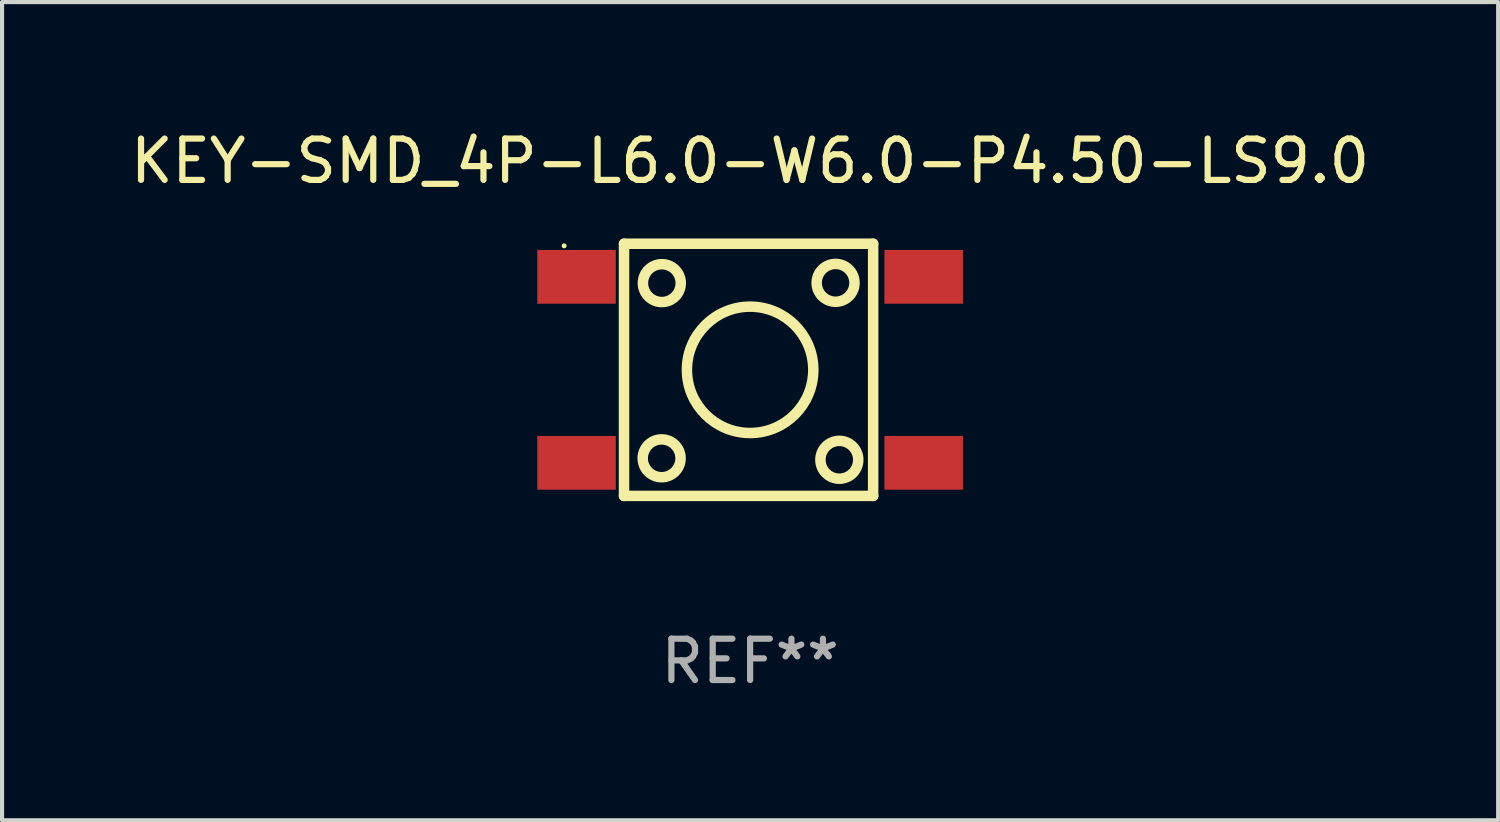
<source format=kicad_pcb>
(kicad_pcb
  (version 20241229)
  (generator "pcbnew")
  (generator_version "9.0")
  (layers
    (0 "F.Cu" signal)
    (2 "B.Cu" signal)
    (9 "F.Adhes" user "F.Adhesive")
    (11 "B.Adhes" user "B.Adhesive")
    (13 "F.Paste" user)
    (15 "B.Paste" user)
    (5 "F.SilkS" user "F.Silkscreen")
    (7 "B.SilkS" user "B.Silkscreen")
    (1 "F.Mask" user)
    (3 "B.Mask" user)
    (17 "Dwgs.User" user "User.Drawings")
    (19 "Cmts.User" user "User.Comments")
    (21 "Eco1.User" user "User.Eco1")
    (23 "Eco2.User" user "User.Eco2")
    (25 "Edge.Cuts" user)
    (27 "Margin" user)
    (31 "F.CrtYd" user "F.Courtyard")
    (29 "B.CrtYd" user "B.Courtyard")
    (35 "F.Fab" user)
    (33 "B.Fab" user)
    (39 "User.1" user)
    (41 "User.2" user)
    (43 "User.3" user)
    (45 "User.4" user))
  (footprint "KEY-SMD_4P-L6.0-W6.0-P4.50-LS9.0"
    (layer "F.Cu")
    (at 15.101 5.899)
    (property "Reference" "KEY-SMD_4P-L6.0-W6.0-P4.50-LS9.0" (at 0 -5.051 0) (layer "F.SilkS") (effects (font (size 1 1) (thickness 0.15))))
    (attr smd)
    (fp_line (start -3.051 -3.051) (end 2.977 -3.051) (stroke (width 0.254) (type solid)) (layer "F.SilkS"))
    (fp_line (start -3.051 3.051) (end -3.051 -3.051) (stroke (width 0.254) (type solid)) (layer "F.SilkS"))
    (fp_line (start 2.977 -3.051) (end 2.977 3.051) (stroke (width 0.254) (type solid)) (layer "F.SilkS"))
    (fp_line (start 2.977 3.051) (end -3.051 3.051) (stroke (width 0.254) (type solid)) (layer "F.SilkS"))
    (fp_circle (center -4.5 -3) (end -4.47 -3) (stroke (width 0.06) (type solid)) (fill no) (layer "F.SilkS"))
    (fp_circle (center -2.141 2.141) (end -1.683 2.141) (stroke (width 0.254) (type solid)) (fill no) (layer "F.SilkS"))
    (fp_circle (center -2.136 -2.098) (end -1.678 -2.098) (stroke (width 0.254) (type solid)) (fill no) (layer "F.SilkS"))
    (fp_circle (center 0 0) (end 1.529 0) (stroke (width 0.254) (type solid)) (fill no) (layer "F.SilkS"))
    (fp_circle (center 2.068 -2.105) (end 2.526 -2.105) (stroke (width 0.254) (type solid)) (fill no) (layer "F.SilkS"))
    (fp_circle (center 2.159 2.177) (end 2.617 2.177) (stroke (width 0.254) (type solid)) (fill no) (layer "F.SilkS"))
    (fp_text user "REF**" (at 0 7.051 0) (layer "F.Fab") (effects (font (size 1 1) (thickness 0.15))))
    (pad "1" smd rect (at -4.2 -2.25) (size 1.9 1.3) (layers "F.Cu" "F.Mask" "F.Paste"))
    (pad "2" smd rect (at 4.2 -2.25) (size 1.9 1.3) (layers "F.Cu" "F.Mask" "F.Paste"))
    (pad "3" smd rect (at -4.2 2.25) (size 1.9 1.3) (layers "F.Cu" "F.Mask" "F.Paste"))
    (pad "4" smd rect (at 4.2 2.25) (size 1.9 1.3) (layers "F.Cu" "F.Mask" "F.Paste")))
  (gr_rect
    (start -3 -3)
    (end 33.202 16.798)
    (stroke (width 0.1) (type default))
    (fill no)
    (layer "Edge.Cuts")))
</source>
